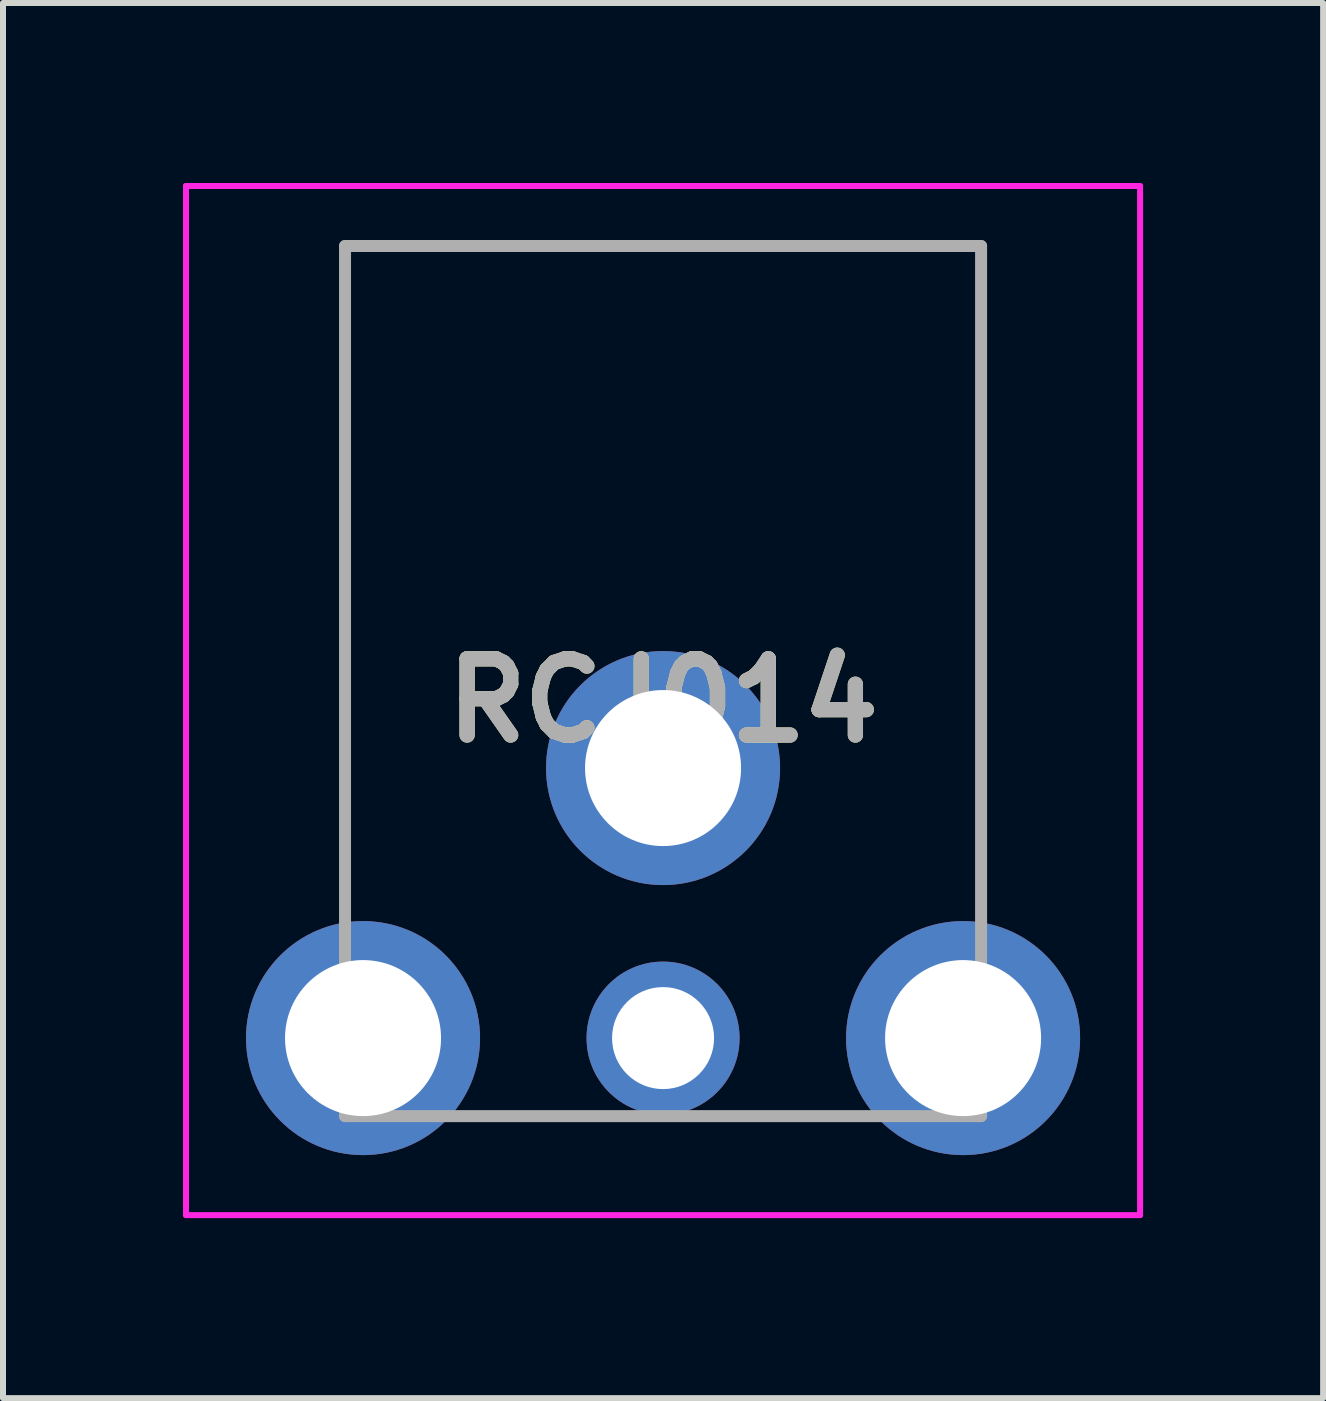
<source format=kicad_pcb>
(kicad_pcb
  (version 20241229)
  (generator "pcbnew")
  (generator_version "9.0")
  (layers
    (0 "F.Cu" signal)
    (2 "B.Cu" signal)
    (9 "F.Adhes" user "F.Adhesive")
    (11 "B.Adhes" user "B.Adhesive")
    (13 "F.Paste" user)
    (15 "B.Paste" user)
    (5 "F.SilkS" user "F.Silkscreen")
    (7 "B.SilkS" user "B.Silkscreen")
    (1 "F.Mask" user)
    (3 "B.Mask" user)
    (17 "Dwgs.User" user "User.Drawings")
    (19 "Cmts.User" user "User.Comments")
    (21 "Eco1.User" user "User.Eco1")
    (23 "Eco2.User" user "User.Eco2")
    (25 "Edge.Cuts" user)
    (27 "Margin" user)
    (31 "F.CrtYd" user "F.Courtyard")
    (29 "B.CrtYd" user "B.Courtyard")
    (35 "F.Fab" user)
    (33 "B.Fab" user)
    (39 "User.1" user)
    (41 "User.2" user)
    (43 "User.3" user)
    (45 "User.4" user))
  (footprint "RCJ014"
    (layer "F.Cu")
    (at 8 14.25)
    (property "Reference" "RCJ014" (at 0 -5.625 0) (layer "F.SilkS") (effects (font (size 1.27 1.27) (thickness 0.254))))
    (attr through_hole)
    (fp_line (start -5.3 -13.2) (end 5 -13.2) (stroke (width 0.1) (type solid)) (layer "F.SilkS"))
    (fp_line (start -5.3 -2.45) (end -5.3 -13.2) (stroke (width 0.1) (type solid)) (layer "F.SilkS"))
    (fp_line (start 5 -13.2) (end 5.3 -13.2) (stroke (width 0.1) (type solid)) (layer "F.SilkS"))
    (fp_line (start 5.3 -13.2) (end 5.3 -4.45) (stroke (width 0.1) (type solid)) (layer "F.SilkS"))
    (fp_line (start -7.95 -14.2) (end 7.95 -14.2) (stroke (width 0.1) (type solid)) (layer "F.CrtYd"))
    (fp_line (start -7.95 2.95) (end -7.95 -14.2) (stroke (width 0.1) (type solid)) (layer "F.CrtYd"))
    (fp_line (start 7.95 -14.2) (end 7.95 2.95) (stroke (width 0.1) (type solid)) (layer "F.CrtYd"))
    (fp_line (start 7.95 2.95) (end -7.95 2.95) (stroke (width 0.1) (type solid)) (layer "F.CrtYd"))
    (fp_line (start -5.3 -13.2) (end 5.3 -13.2) (stroke (width 0.2) (type solid)) (layer "F.Fab"))
    (fp_line (start -5.3 1.3) (end -5.3 -13.2) (stroke (width 0.2) (type solid)) (layer "F.Fab"))
    (fp_line (start 5.3 -13.2) (end 5.3 1.3) (stroke (width 0.2) (type solid)) (layer "F.Fab"))
    (fp_line (start 5.3 1.3) (end -5.3 1.3) (stroke (width 0.2) (type solid)) (layer "F.Fab"))
    (fp_text user "${REFERENCE}" (at 0 -5.625 0) (layer "F.Fab") (effects (font (size 1.27 1.27) (thickness 0.254))))
    (pad "1" thru_hole circle (at 0 0) (size 2.55 2.55) (drill 1.7) (layers "*.Cu" "*.Mask"))
    (pad "2" thru_hole circle (at -5 0) (size 3.9 3.9) (drill 2.6) (layers "*.Cu" "*.Mask"))
    (pad "2" thru_hole circle (at 0 -4.5) (size 3.9 3.9) (drill 2.6) (layers "*.Cu" "*.Mask"))
    (pad "2" thru_hole circle (at 5 0) (size 3.9 3.9) (drill 2.6) (layers "*.Cu" "*.Mask")))
  (gr_rect
    (start -3 -3)
    (end 19 20.25)
    (stroke (width 0.1) (type default))
    (fill no)
    (layer "Edge.Cuts")))
</source>
